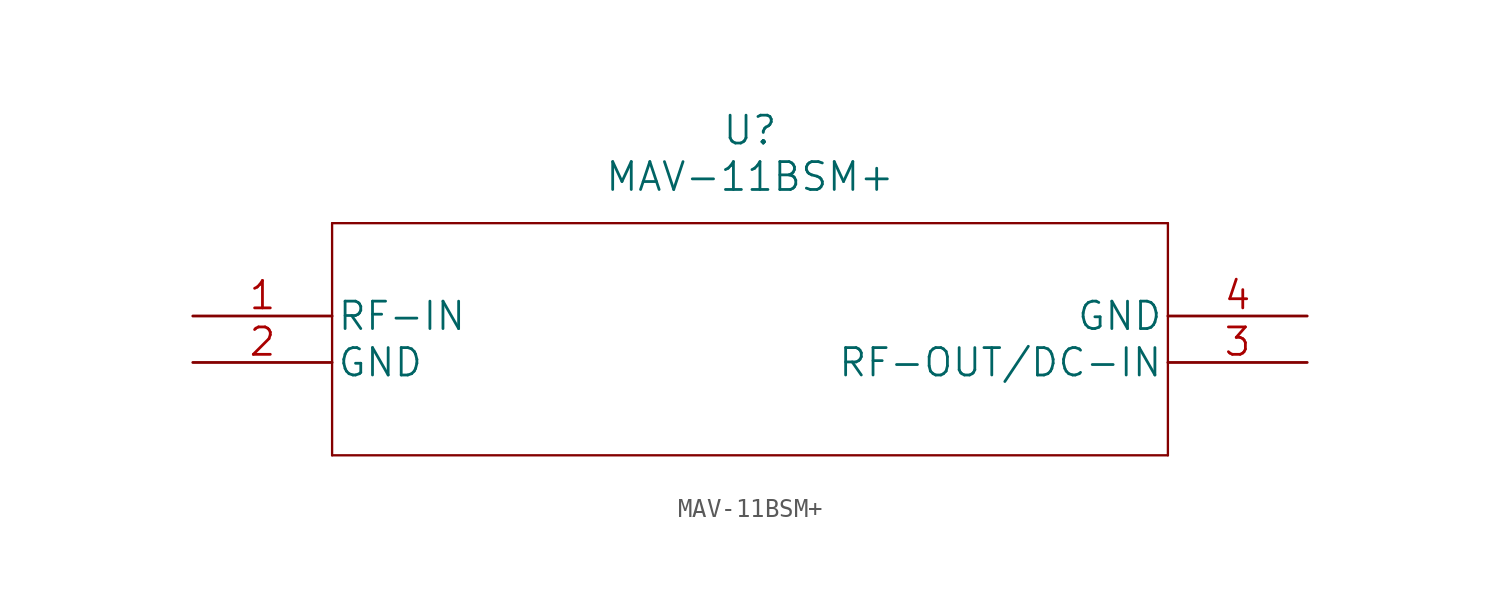
<source format=kicad_sym>
(kicad_symbol_lib
  (version 20211014)
  (generator kicad_symbol_editor)
  (symbol "MAV-11BSM+"
    (pin_names
      (offset 0.254))
    (property "Reference" "U"
      (at 30.48 10.16 0)
      (effects (font (size 1.524 1.524))))
    (property "Value" "MAV-11BSM+"
      (at 30.48 7.62 0)
      (effects (font (size 1.524 1.524))))
    (property "Datasheet" ""
      (at 0 0 0)
      (effects (font (size 1.524 1.524))))
    (property "ki_locked" ""
      (at 0 0 0)
      (effects (font (size 1.27 1.27))))
    (symbol "MAV-11BSM+_1_1"
      (polyline (pts (xy 7.62 -7.62) (xy 53.34 -7.62)) (stroke (width 0.127) (type default) (color 0 0 0 0)) (fill (type none)))
      (polyline (pts (xy 7.62 5.08) (xy 7.62 -7.62)) (stroke (width 0.127) (type default) (color 0 0 0 0)) (fill (type none)))
      (polyline (pts (xy 53.34 -7.62) (xy 53.34 5.08)) (stroke (width 0.127) (type default) (color 0 0 0 0)) (fill (type none)))
      (polyline (pts (xy 53.34 5.08) (xy 7.62 5.08)) (stroke (width 0.127) (type default) (color 0 0 0 0)) (fill (type none)))
      (pin input line (at 0 0 0) (length 7.62) (name "RF-IN" (effects (font (size 1.499 1.499)))) (number "1" (effects (font (size 1.499 1.499)))))
      (pin power_in line (at 0 -2.54 0) (length 7.62) (name "GND" (effects (font (size 1.499 1.499)))) (number "2" (effects (font (size 1.499 1.499)))))
      (pin bidirectional line (at 60.96 -2.54 180) (length 7.62) (name "RF-OUT/DC-IN" (effects (font (size 1.499 1.499)))) (number "3" (effects (font (size 1.499 1.499)))))
      (pin power_in line (at 60.96 0 180) (length 7.62) (name "GND" (effects (font (size 1.499 1.499)))) (number "4" (effects (font (size 1.499 1.499))))))))
</source>
